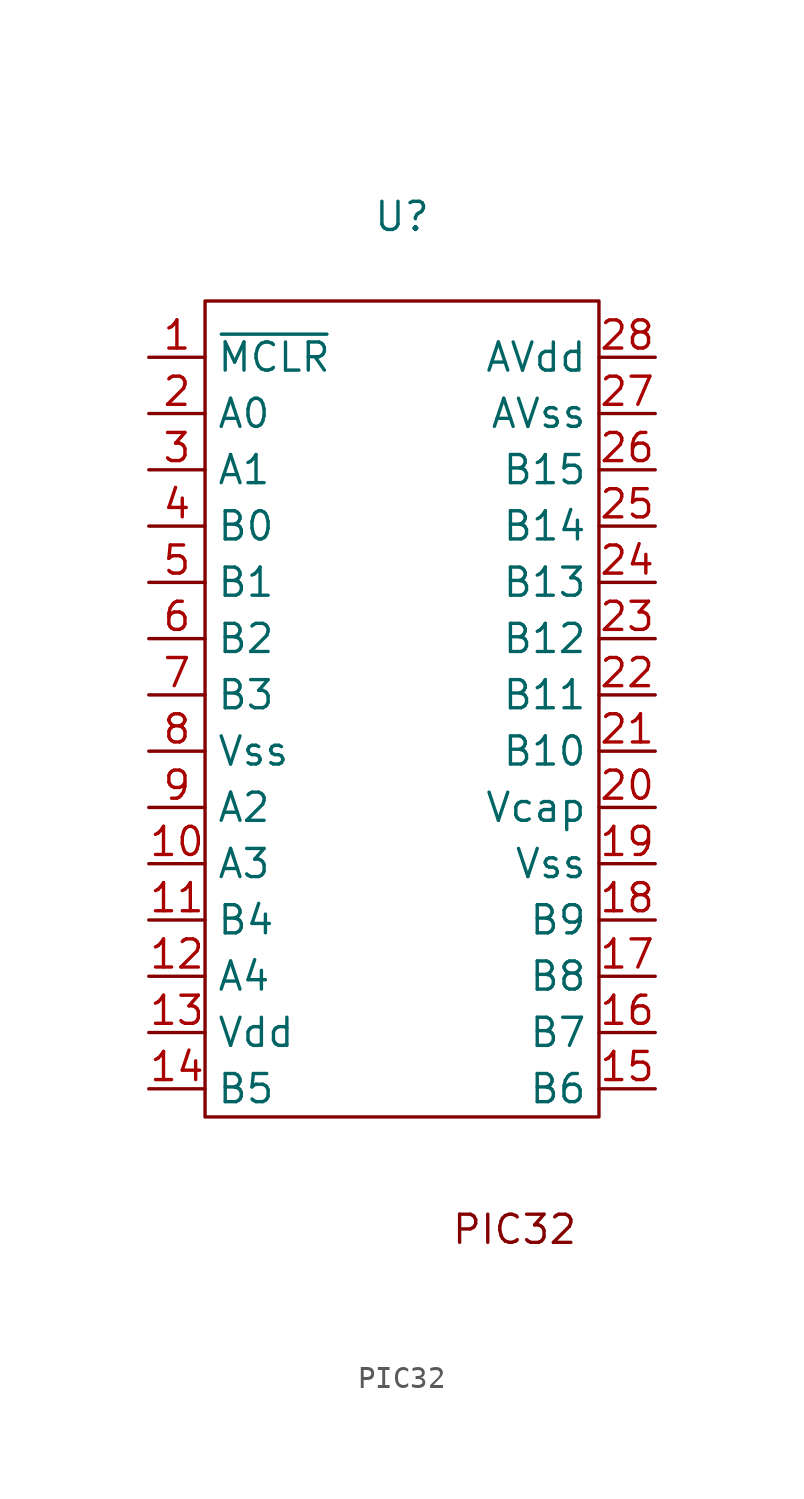
<source format=kicad_sym>
(kicad_symbol_lib
  (version 20220914)
  (generator kicad_symbol_editor)
  (symbol "PIC32"
    (property "Reference" "U"
      (at 0 3.81 0)
      (effects (font (size 1.27 1.27))))
    (property "Value" ""
      (at 0 0 0)
      (effects (font (size 1.27 1.27))))
    (symbol "PIC32_0_1"
      (rectangle (start -8.89 0) (end 8.89 -36.83) (stroke (width 0) (type default)) (fill (type none))))
    (symbol "PIC32_1_1"
      (text "PIC32\n" (at 5.08 -41.91 0) (effects (font (size 1.27 1.27))))
      (pin input line (at -11.43 -2.54 0) (length 2.54) (name "~{MCLR}" (effects (font (size 1.27 1.27)))) (number "1" (effects (font (size 1.27 1.27)))))
      (pin input line (at -11.43 -25.4 0) (length 2.54) (name "A3" (effects (font (size 1.27 1.27)))) (number "10" (effects (font (size 1.27 1.27)))))
      (pin input line (at -11.43 -27.94 0) (length 2.54) (name "B4" (effects (font (size 1.27 1.27)))) (number "11" (effects (font (size 1.27 1.27)))))
      (pin input line (at -11.43 -30.48 0) (length 2.54) (name "A4" (effects (font (size 1.27 1.27)))) (number "12" (effects (font (size 1.27 1.27)))))
      (pin input line (at -11.43 -33.02 0) (length 2.54) (name "Vdd" (effects (font (size 1.27 1.27)))) (number "13" (effects (font (size 1.27 1.27)))))
      (pin input line (at -11.43 -35.56 0) (length 2.54) (name "B5" (effects (font (size 1.27 1.27)))) (number "14" (effects (font (size 1.27 1.27)))))
      (pin input line (at 11.43 -35.56 180) (length 2.54) (name "B6" (effects (font (size 1.27 1.27)))) (number "15" (effects (font (size 1.27 1.27)))))
      (pin input line (at 11.43 -33.02 180) (length 2.54) (name "B7" (effects (font (size 1.27 1.27)))) (number "16" (effects (font (size 1.27 1.27)))))
      (pin input line (at 11.43 -30.48 180) (length 2.54) (name "B8" (effects (font (size 1.27 1.27)))) (number "17" (effects (font (size 1.27 1.27)))))
      (pin input line (at 11.43 -27.94 180) (length 2.54) (name "B9" (effects (font (size 1.27 1.27)))) (number "18" (effects (font (size 1.27 1.27)))))
      (pin input line (at 11.43 -25.4 180) (length 2.54) (name "Vss" (effects (font (size 1.27 1.27)))) (number "19" (effects (font (size 1.27 1.27)))))
      (pin input line (at -11.43 -5.08 0) (length 2.54) (name "A0" (effects (font (size 1.27 1.27)))) (number "2" (effects (font (size 1.27 1.27)))))
      (pin input line (at 11.43 -22.86 180) (length 2.54) (name "Vcap" (effects (font (size 1.27 1.27)))) (number "20" (effects (font (size 1.27 1.27)))))
      (pin input line (at 11.43 -20.32 180) (length 2.54) (name "B10" (effects (font (size 1.27 1.27)))) (number "21" (effects (font (size 1.27 1.27)))))
      (pin input line (at 11.43 -17.78 180) (length 2.54) (name "B11" (effects (font (size 1.27 1.27)))) (number "22" (effects (font (size 1.27 1.27)))))
      (pin input line (at 11.43 -15.24 180) (length 2.54) (name "B12" (effects (font (size 1.27 1.27)))) (number "23" (effects (font (size 1.27 1.27)))))
      (pin input line (at 11.43 -12.7 180) (length 2.54) (name "B13" (effects (font (size 1.27 1.27)))) (number "24" (effects (font (size 1.27 1.27)))))
      (pin input line (at 11.43 -10.16 180) (length 2.54) (name "B14" (effects (font (size 1.27 1.27)))) (number "25" (effects (font (size 1.27 1.27)))))
      (pin input line (at 11.43 -7.62 180) (length 2.54) (name "B15" (effects (font (size 1.27 1.27)))) (number "26" (effects (font (size 1.27 1.27)))))
      (pin input line (at 11.43 -5.08 180) (length 2.54) (name "AVss" (effects (font (size 1.27 1.27)))) (number "27" (effects (font (size 1.27 1.27)))))
      (pin input line (at 11.43 -2.54 180) (length 2.54) (name "AVdd" (effects (font (size 1.27 1.27)))) (number "28" (effects (font (size 1.27 1.27)))))
      (pin input line (at -11.43 -7.62 0) (length 2.54) (name "A1" (effects (font (size 1.27 1.27)))) (number "3" (effects (font (size 1.27 1.27)))))
      (pin input line (at -11.43 -10.16 0) (length 2.54) (name "B0" (effects (font (size 1.27 1.27)))) (number "4" (effects (font (size 1.27 1.27)))))
      (pin input line (at -11.43 -12.7 0) (length 2.54) (name "B1" (effects (font (size 1.27 1.27)))) (number "5" (effects (font (size 1.27 1.27)))))
      (pin input line (at -11.43 -15.24 0) (length 2.54) (name "B2" (effects (font (size 1.27 1.27)))) (number "6" (effects (font (size 1.27 1.27)))))
      (pin input line (at -11.43 -17.78 0) (length 2.54) (name "B3" (effects (font (size 1.27 1.27)))) (number "7" (effects (font (size 1.27 1.27)))))
      (pin input line (at -11.43 -20.32 0) (length 2.54) (name "Vss" (effects (font (size 1.27 1.27)))) (number "8" (effects (font (size 1.27 1.27)))))
      (pin input line (at -11.43 -22.86 0) (length 2.54) (name "A2" (effects (font (size 1.27 1.27)))) (number "9" (effects (font (size 1.27 1.27))))))))
</source>
